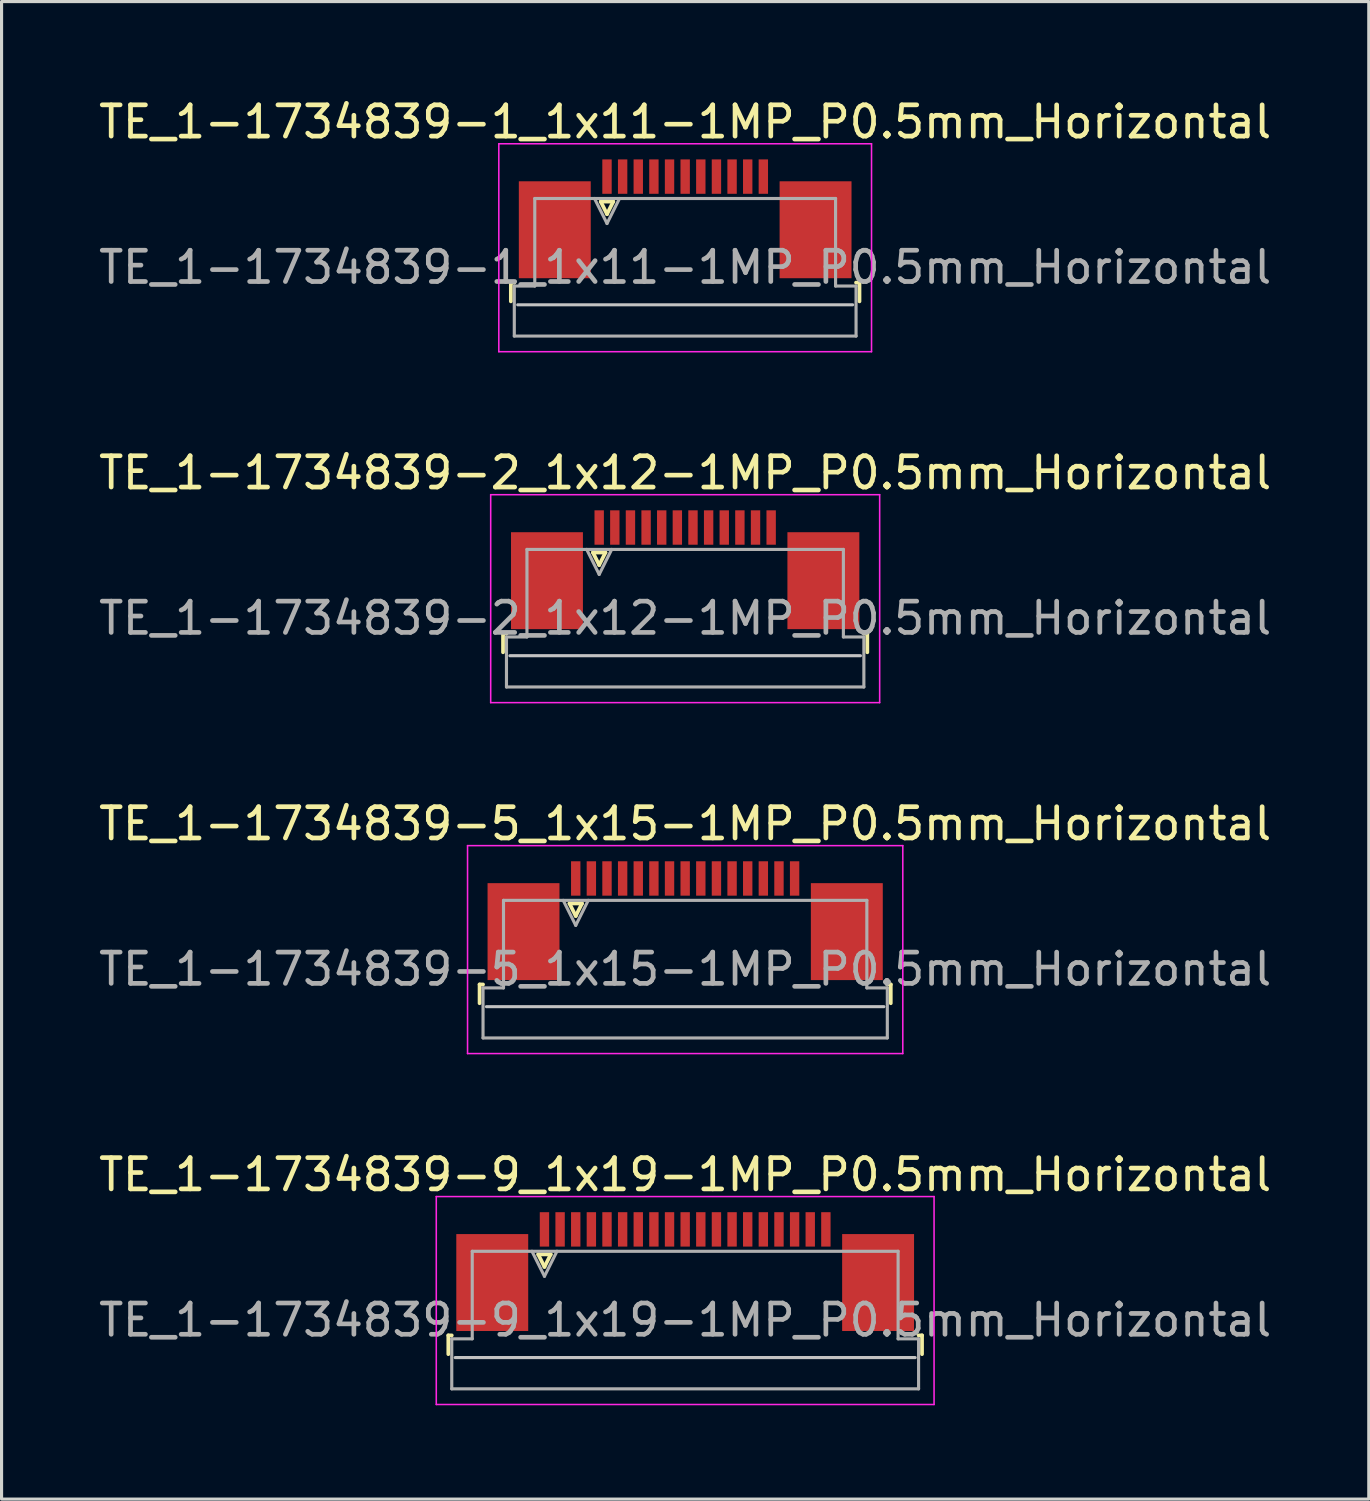
<source format=kicad_pcb>
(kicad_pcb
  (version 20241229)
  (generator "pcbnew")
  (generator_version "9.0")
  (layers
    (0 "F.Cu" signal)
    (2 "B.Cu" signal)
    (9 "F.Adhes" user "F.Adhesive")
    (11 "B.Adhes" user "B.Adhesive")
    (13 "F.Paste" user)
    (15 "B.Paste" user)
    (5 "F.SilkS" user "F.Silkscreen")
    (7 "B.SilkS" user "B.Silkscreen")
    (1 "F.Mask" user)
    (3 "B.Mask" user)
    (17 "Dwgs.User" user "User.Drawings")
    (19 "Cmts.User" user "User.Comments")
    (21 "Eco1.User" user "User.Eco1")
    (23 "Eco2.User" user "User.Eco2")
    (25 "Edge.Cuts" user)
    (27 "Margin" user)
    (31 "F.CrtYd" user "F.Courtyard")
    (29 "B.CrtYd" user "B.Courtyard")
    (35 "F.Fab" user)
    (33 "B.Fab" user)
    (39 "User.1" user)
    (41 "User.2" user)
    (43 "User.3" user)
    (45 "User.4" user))
  (footprint "TE_1-1734839-1_1x11-1MP_P0.5mm_Horizontal"
    (layer "F.Cu")
    (at 18.863 3.948)
    (property "Reference" "TE_1-1734839-1_1x11-1MP_P0.5mm_Horizontal" (at 0 -3.1 0) (layer "F.SilkS") (effects (font (size 1 1) (thickness 0.15))))
    (attr smd)
    (fp_line (start -5.575 2.04) (end -5.575 2.64) (stroke (width 0.12) (type solid)) (layer "F.SilkS"))
    (fp_line (start -5.465 2.04) (end -5.575 2.04) (stroke (width 0.12) (type solid)) (layer "F.SilkS"))
    (fp_line (start -2.7 -0.55) (end -2.5 -0.15) (stroke (width 0.12) (type solid)) (layer "F.SilkS"))
    (fp_line (start -2.5 -0.15) (end -2.3 -0.55) (stroke (width 0.12) (type solid)) (layer "F.SilkS"))
    (fp_line (start -2.3 -0.55) (end -2.7 -0.55) (stroke (width 0.12) (type solid)) (layer "F.SilkS"))
    (fp_line (start 5.465 2.04) (end 5.575 2.04) (stroke (width 0.12) (type solid)) (layer "F.SilkS"))
    (fp_line (start 5.575 2.04) (end 5.575 2.64) (stroke (width 0.12) (type solid)) (layer "F.SilkS"))
    (fp_line (start 5.355 2.75) (end -5.355 2.75) (stroke (width 0.1) (type solid)) (layer "Dwgs.User"))
    (fp_line (start -5.96 -2.4) (end -5.96 4.25) (stroke (width 0.05) (type solid)) (layer "F.CrtYd"))
    (fp_line (start -5.96 4.25) (end 5.96 4.25) (stroke (width 0.05) (type solid)) (layer "F.CrtYd"))
    (fp_line (start 5.96 -2.4) (end -5.96 -2.4) (stroke (width 0.05) (type solid)) (layer "F.CrtYd"))
    (fp_line (start 5.96 4.25) (end 5.96 -2.4) (stroke (width 0.05) (type solid)) (layer "F.CrtYd"))
    (fp_line (start -5.465 2.15) (end -4.81 2.15) (stroke (width 0.1) (type solid)) (layer "F.Fab"))
    (fp_line (start -5.465 3.75) (end -5.465 2.15) (stroke (width 0.1) (type solid)) (layer "F.Fab"))
    (fp_line (start -4.81 -0.65) (end 4.81 -0.65) (stroke (width 0.1) (type solid)) (layer "F.Fab"))
    (fp_line (start -4.81 2.15) (end -4.81 -0.65) (stroke (width 0.1) (type solid)) (layer "F.Fab"))
    (fp_line (start -2.9 -0.65) (end -2.5 0.15) (stroke (width 0.1) (type solid)) (layer "F.Fab"))
    (fp_line (start -2.5 0.15) (end -2.1 -0.65) (stroke (width 0.1) (type solid)) (layer "F.Fab"))
    (fp_line (start 4.81 -0.65) (end 4.81 2.15) (stroke (width 0.1) (type solid)) (layer "F.Fab"))
    (fp_line (start 4.81 2.15) (end 5.465 2.15) (stroke (width 0.1) (type solid)) (layer "F.Fab"))
    (fp_line (start 5.465 2.15) (end 5.465 3.75) (stroke (width 0.1) (type solid)) (layer "F.Fab"))
    (fp_line (start 5.465 3.75) (end -5.465 3.75) (stroke (width 0.1) (type solid)) (layer "F.Fab"))
    (fp_text user "${REFERENCE}" (at 0 1.55 0) (layer "F.Fab") (effects (font (size 1 1) (thickness 0.15))))
    (pad "1" smd rect (at -2.5 -1.35) (size 0.3 1.1) (layers "F.Cu" "F.Mask" "F.Paste"))
    (pad "2" smd rect (at -2 -1.35) (size 0.3 1.1) (layers "F.Cu" "F.Mask" "F.Paste"))
    (pad "3" smd rect (at -1.5 -1.35) (size 0.3 1.1) (layers "F.Cu" "F.Mask" "F.Paste"))
    (pad "4" smd rect (at -1 -1.35) (size 0.3 1.1) (layers "F.Cu" "F.Mask" "F.Paste"))
    (pad "5" smd rect (at -0.5 -1.35) (size 0.3 1.1) (layers "F.Cu" "F.Mask" "F.Paste"))
    (pad "6" smd rect (at 0 -1.35) (size 0.3 1.1) (layers "F.Cu" "F.Mask" "F.Paste"))
    (pad "7" smd rect (at 0.5 -1.35) (size 0.3 1.1) (layers "F.Cu" "F.Mask" "F.Paste"))
    (pad "8" smd rect (at 1 -1.35) (size 0.3 1.1) (layers "F.Cu" "F.Mask" "F.Paste"))
    (pad "9" smd rect (at 1.5 -1.35) (size 0.3 1.1) (layers "F.Cu" "F.Mask" "F.Paste"))
    (pad "10" smd rect (at 2 -1.35) (size 0.3 1.1) (layers "F.Cu" "F.Mask" "F.Paste"))
    (pad "11" smd rect (at 2.5 -1.35) (size 0.3 1.1) (layers "F.Cu" "F.Mask" "F.Paste"))
    (pad "MP" smd rect (at -4.17 0.35) (size 2.3 3.1) (layers "F.Cu" "F.Mask" "F.Paste"))
    (pad "MP" smd rect (at 4.17 0.35) (size 2.3 3.1) (layers "F.Cu" "F.Mask" "F.Paste")))
  (footprint "TE_1-1734839-9_1x19-1MP_P0.5mm_Horizontal"
    (layer "F.Cu")
    (at 18.863 37.618)
    (property "Reference" "TE_1-1734839-9_1x19-1MP_P0.5mm_Horizontal" (at 0 -3.1 0) (layer "F.SilkS") (effects (font (size 1 1) (thickness 0.15))))
    (attr smd)
    (fp_line (start -7.575 2.04) (end -7.575 2.64) (stroke (width 0.12) (type solid)) (layer "F.SilkS"))
    (fp_line (start -7.465 2.04) (end -7.575 2.04) (stroke (width 0.12) (type solid)) (layer "F.SilkS"))
    (fp_line (start -4.7 -0.55) (end -4.5 -0.15) (stroke (width 0.12) (type solid)) (layer "F.SilkS"))
    (fp_line (start -4.5 -0.15) (end -4.3 -0.55) (stroke (width 0.12) (type solid)) (layer "F.SilkS"))
    (fp_line (start -4.3 -0.55) (end -4.7 -0.55) (stroke (width 0.12) (type solid)) (layer "F.SilkS"))
    (fp_line (start 7.465 2.04) (end 7.575 2.04) (stroke (width 0.12) (type solid)) (layer "F.SilkS"))
    (fp_line (start 7.575 2.04) (end 7.575 2.64) (stroke (width 0.12) (type solid)) (layer "F.SilkS"))
    (fp_line (start 7.355 2.75) (end -7.355 2.75) (stroke (width 0.1) (type solid)) (layer "Dwgs.User"))
    (fp_line (start -7.96 -2.4) (end -7.96 4.25) (stroke (width 0.05) (type solid)) (layer "F.CrtYd"))
    (fp_line (start -7.96 4.25) (end 7.96 4.25) (stroke (width 0.05) (type solid)) (layer "F.CrtYd"))
    (fp_line (start 7.96 -2.4) (end -7.96 -2.4) (stroke (width 0.05) (type solid)) (layer "F.CrtYd"))
    (fp_line (start 7.96 4.25) (end 7.96 -2.4) (stroke (width 0.05) (type solid)) (layer "F.CrtYd"))
    (fp_line (start -7.465 2.15) (end -6.81 2.15) (stroke (width 0.1) (type solid)) (layer "F.Fab"))
    (fp_line (start -7.465 3.75) (end -7.465 2.15) (stroke (width 0.1) (type solid)) (layer "F.Fab"))
    (fp_line (start -6.81 -0.65) (end 6.81 -0.65) (stroke (width 0.1) (type solid)) (layer "F.Fab"))
    (fp_line (start -6.81 2.15) (end -6.81 -0.65) (stroke (width 0.1) (type solid)) (layer "F.Fab"))
    (fp_line (start -4.9 -0.65) (end -4.5 0.15) (stroke (width 0.1) (type solid)) (layer "F.Fab"))
    (fp_line (start -4.5 0.15) (end -4.1 -0.65) (stroke (width 0.1) (type solid)) (layer "F.Fab"))
    (fp_line (start 6.81 -0.65) (end 6.81 2.15) (stroke (width 0.1) (type solid)) (layer "F.Fab"))
    (fp_line (start 6.81 2.15) (end 7.465 2.15) (stroke (width 0.1) (type solid)) (layer "F.Fab"))
    (fp_line (start 7.465 2.15) (end 7.465 3.75) (stroke (width 0.1) (type solid)) (layer "F.Fab"))
    (fp_line (start 7.465 3.75) (end -7.465 3.75) (stroke (width 0.1) (type solid)) (layer "F.Fab"))
    (fp_text user "${REFERENCE}" (at 0 1.55 0) (layer "F.Fab") (effects (font (size 1 1) (thickness 0.15))))
    (pad "1" smd rect (at -4.5 -1.35) (size 0.3 1.1) (layers "F.Cu" "F.Mask" "F.Paste"))
    (pad "2" smd rect (at -4 -1.35) (size 0.3 1.1) (layers "F.Cu" "F.Mask" "F.Paste"))
    (pad "3" smd rect (at -3.5 -1.35) (size 0.3 1.1) (layers "F.Cu" "F.Mask" "F.Paste"))
    (pad "4" smd rect (at -3 -1.35) (size 0.3 1.1) (layers "F.Cu" "F.Mask" "F.Paste"))
    (pad "5" smd rect (at -2.5 -1.35) (size 0.3 1.1) (layers "F.Cu" "F.Mask" "F.Paste"))
    (pad "6" smd rect (at -2 -1.35) (size 0.3 1.1) (layers "F.Cu" "F.Mask" "F.Paste"))
    (pad "7" smd rect (at -1.5 -1.35) (size 0.3 1.1) (layers "F.Cu" "F.Mask" "F.Paste"))
    (pad "8" smd rect (at -1 -1.35) (size 0.3 1.1) (layers "F.Cu" "F.Mask" "F.Paste"))
    (pad "9" smd rect (at -0.5 -1.35) (size 0.3 1.1) (layers "F.Cu" "F.Mask" "F.Paste"))
    (pad "10" smd rect (at 0 -1.35) (size 0.3 1.1) (layers "F.Cu" "F.Mask" "F.Paste"))
    (pad "11" smd rect (at 0.5 -1.35) (size 0.3 1.1) (layers "F.Cu" "F.Mask" "F.Paste"))
    (pad "12" smd rect (at 1 -1.35) (size 0.3 1.1) (layers "F.Cu" "F.Mask" "F.Paste"))
    (pad "13" smd rect (at 1.5 -1.35) (size 0.3 1.1) (layers "F.Cu" "F.Mask" "F.Paste"))
    (pad "14" smd rect (at 2 -1.35) (size 0.3 1.1) (layers "F.Cu" "F.Mask" "F.Paste"))
    (pad "15" smd rect (at 2.5 -1.35) (size 0.3 1.1) (layers "F.Cu" "F.Mask" "F.Paste"))
    (pad "16" smd rect (at 3 -1.35) (size 0.3 1.1) (layers "F.Cu" "F.Mask" "F.Paste"))
    (pad "17" smd rect (at 3.5 -1.35) (size 0.3 1.1) (layers "F.Cu" "F.Mask" "F.Paste"))
    (pad "18" smd rect (at 4 -1.35) (size 0.3 1.1) (layers "F.Cu" "F.Mask" "F.Paste"))
    (pad "19" smd rect (at 4.5 -1.35) (size 0.3 1.1) (layers "F.Cu" "F.Mask" "F.Paste"))
    (pad "MP" smd rect (at -6.17 0.35) (size 2.3 3.1) (layers "F.Cu" "F.Mask" "F.Paste"))
    (pad "MP" smd rect (at 6.17 0.35) (size 2.3 3.1) (layers "F.Cu" "F.Mask" "F.Paste")))
  (footprint "TE_1-1734839-2_1x12-1MP_P0.5mm_Horizontal"
    (layer "F.Cu")
    (at 18.863 15.171)
    (property "Reference" "TE_1-1734839-2_1x12-1MP_P0.5mm_Horizontal" (at 0 -3.1 0) (layer "F.SilkS") (effects (font (size 1 1) (thickness 0.15))))
    (attr smd)
    (fp_line (start -5.825 2.04) (end -5.825 2.64) (stroke (width 0.12) (type solid)) (layer "F.SilkS"))
    (fp_line (start -5.715 2.04) (end -5.825 2.04) (stroke (width 0.12) (type solid)) (layer "F.SilkS"))
    (fp_line (start -2.95 -0.55) (end -2.75 -0.15) (stroke (width 0.12) (type solid)) (layer "F.SilkS"))
    (fp_line (start -2.75 -0.15) (end -2.55 -0.55) (stroke (width 0.12) (type solid)) (layer "F.SilkS"))
    (fp_line (start -2.55 -0.55) (end -2.95 -0.55) (stroke (width 0.12) (type solid)) (layer "F.SilkS"))
    (fp_line (start 5.715 2.04) (end 5.825 2.04) (stroke (width 0.12) (type solid)) (layer "F.SilkS"))
    (fp_line (start 5.825 2.04) (end 5.825 2.64) (stroke (width 0.12) (type solid)) (layer "F.SilkS"))
    (fp_line (start 5.605 2.75) (end -5.605 2.75) (stroke (width 0.1) (type solid)) (layer "Dwgs.User"))
    (fp_line (start -6.22 -2.4) (end -6.22 4.25) (stroke (width 0.05) (type solid)) (layer "F.CrtYd"))
    (fp_line (start -6.22 4.25) (end 6.22 4.25) (stroke (width 0.05) (type solid)) (layer "F.CrtYd"))
    (fp_line (start 6.22 -2.4) (end -6.22 -2.4) (stroke (width 0.05) (type solid)) (layer "F.CrtYd"))
    (fp_line (start 6.22 4.25) (end 6.22 -2.4) (stroke (width 0.05) (type solid)) (layer "F.CrtYd"))
    (fp_line (start -5.715 2.15) (end -5.06 2.15) (stroke (width 0.1) (type solid)) (layer "F.Fab"))
    (fp_line (start -5.715 3.75) (end -5.715 2.15) (stroke (width 0.1) (type solid)) (layer "F.Fab"))
    (fp_line (start -5.06 -0.65) (end 5.06 -0.65) (stroke (width 0.1) (type solid)) (layer "F.Fab"))
    (fp_line (start -5.06 2.15) (end -5.06 -0.65) (stroke (width 0.1) (type solid)) (layer "F.Fab"))
    (fp_line (start -3.15 -0.65) (end -2.75 0.15) (stroke (width 0.1) (type solid)) (layer "F.Fab"))
    (fp_line (start -2.75 0.15) (end -2.35 -0.65) (stroke (width 0.1) (type solid)) (layer "F.Fab"))
    (fp_line (start 5.06 -0.65) (end 5.06 2.15) (stroke (width 0.1) (type solid)) (layer "F.Fab"))
    (fp_line (start 5.06 2.15) (end 5.715 2.15) (stroke (width 0.1) (type solid)) (layer "F.Fab"))
    (fp_line (start 5.715 2.15) (end 5.715 3.75) (stroke (width 0.1) (type solid)) (layer "F.Fab"))
    (fp_line (start 5.715 3.75) (end -5.715 3.75) (stroke (width 0.1) (type solid)) (layer "F.Fab"))
    (fp_text user "${REFERENCE}" (at 0 1.55 0) (layer "F.Fab") (effects (font (size 1 1) (thickness 0.15))))
    (pad "1" smd rect (at -2.75 -1.35) (size 0.3 1.1) (layers "F.Cu" "F.Mask" "F.Paste"))
    (pad "2" smd rect (at -2.25 -1.35) (size 0.3 1.1) (layers "F.Cu" "F.Mask" "F.Paste"))
    (pad "3" smd rect (at -1.75 -1.35) (size 0.3 1.1) (layers "F.Cu" "F.Mask" "F.Paste"))
    (pad "4" smd rect (at -1.25 -1.35) (size 0.3 1.1) (layers "F.Cu" "F.Mask" "F.Paste"))
    (pad "5" smd rect (at -0.75 -1.35) (size 0.3 1.1) (layers "F.Cu" "F.Mask" "F.Paste"))
    (pad "6" smd rect (at -0.25 -1.35) (size 0.3 1.1) (layers "F.Cu" "F.Mask" "F.Paste"))
    (pad "7" smd rect (at 0.25 -1.35) (size 0.3 1.1) (layers "F.Cu" "F.Mask" "F.Paste"))
    (pad "8" smd rect (at 0.75 -1.35) (size 0.3 1.1) (layers "F.Cu" "F.Mask" "F.Paste"))
    (pad "9" smd rect (at 1.25 -1.35) (size 0.3 1.1) (layers "F.Cu" "F.Mask" "F.Paste"))
    (pad "10" smd rect (at 1.75 -1.35) (size 0.3 1.1) (layers "F.Cu" "F.Mask" "F.Paste"))
    (pad "11" smd rect (at 2.25 -1.35) (size 0.3 1.1) (layers "F.Cu" "F.Mask" "F.Paste"))
    (pad "12" smd rect (at 2.75 -1.35) (size 0.3 1.1) (layers "F.Cu" "F.Mask" "F.Paste"))
    (pad "MP" smd rect (at -4.42 0.35) (size 2.3 3.1) (layers "F.Cu" "F.Mask" "F.Paste"))
    (pad "MP" smd rect (at 4.42 0.35) (size 2.3 3.1) (layers "F.Cu" "F.Mask" "F.Paste")))
  (footprint "TE_1-1734839-5_1x15-1MP_P0.5mm_Horizontal"
    (layer "F.Cu")
    (at 18.863 26.395)
    (property "Reference" "TE_1-1734839-5_1x15-1MP_P0.5mm_Horizontal" (at 0 -3.1 0) (layer "F.SilkS") (effects (font (size 1 1) (thickness 0.15))))
    (attr smd)
    (fp_line (start -6.575 2.04) (end -6.575 2.64) (stroke (width 0.12) (type solid)) (layer "F.SilkS"))
    (fp_line (start -6.465 2.04) (end -6.575 2.04) (stroke (width 0.12) (type solid)) (layer "F.SilkS"))
    (fp_line (start -3.7 -0.55) (end -3.5 -0.15) (stroke (width 0.12) (type solid)) (layer "F.SilkS"))
    (fp_line (start -3.5 -0.15) (end -3.3 -0.55) (stroke (width 0.12) (type solid)) (layer "F.SilkS"))
    (fp_line (start -3.3 -0.55) (end -3.7 -0.55) (stroke (width 0.12) (type solid)) (layer "F.SilkS"))
    (fp_line (start 6.465 2.04) (end 6.575 2.04) (stroke (width 0.12) (type solid)) (layer "F.SilkS"))
    (fp_line (start 6.575 2.04) (end 6.575 2.64) (stroke (width 0.12) (type solid)) (layer "F.SilkS"))
    (fp_line (start 6.355 2.75) (end -6.355 2.75) (stroke (width 0.1) (type solid)) (layer "Dwgs.User"))
    (fp_line (start -6.96 -2.4) (end -6.96 4.25) (stroke (width 0.05) (type solid)) (layer "F.CrtYd"))
    (fp_line (start -6.96 4.25) (end 6.96 4.25) (stroke (width 0.05) (type solid)) (layer "F.CrtYd"))
    (fp_line (start 6.96 -2.4) (end -6.96 -2.4) (stroke (width 0.05) (type solid)) (layer "F.CrtYd"))
    (fp_line (start 6.96 4.25) (end 6.96 -2.4) (stroke (width 0.05) (type solid)) (layer "F.CrtYd"))
    (fp_line (start -6.465 2.15) (end -5.81 2.15) (stroke (width 0.1) (type solid)) (layer "F.Fab"))
    (fp_line (start -6.465 3.75) (end -6.465 2.15) (stroke (width 0.1) (type solid)) (layer "F.Fab"))
    (fp_line (start -5.81 -0.65) (end 5.81 -0.65) (stroke (width 0.1) (type solid)) (layer "F.Fab"))
    (fp_line (start -5.81 2.15) (end -5.81 -0.65) (stroke (width 0.1) (type solid)) (layer "F.Fab"))
    (fp_line (start -3.9 -0.65) (end -3.5 0.15) (stroke (width 0.1) (type solid)) (layer "F.Fab"))
    (fp_line (start -3.5 0.15) (end -3.1 -0.65) (stroke (width 0.1) (type solid)) (layer "F.Fab"))
    (fp_line (start 5.81 -0.65) (end 5.81 2.15) (stroke (width 0.1) (type solid)) (layer "F.Fab"))
    (fp_line (start 5.81 2.15) (end 6.465 2.15) (stroke (width 0.1) (type solid)) (layer "F.Fab"))
    (fp_line (start 6.465 2.15) (end 6.465 3.75) (stroke (width 0.1) (type solid)) (layer "F.Fab"))
    (fp_line (start 6.465 3.75) (end -6.465 3.75) (stroke (width 0.1) (type solid)) (layer "F.Fab"))
    (fp_text user "${REFERENCE}" (at 0 1.55 0) (layer "F.Fab") (effects (font (size 1 1) (thickness 0.15))))
    (pad "1" smd rect (at -3.5 -1.35) (size 0.3 1.1) (layers "F.Cu" "F.Mask" "F.Paste"))
    (pad "2" smd rect (at -3 -1.35) (size 0.3 1.1) (layers "F.Cu" "F.Mask" "F.Paste"))
    (pad "3" smd rect (at -2.5 -1.35) (size 0.3 1.1) (layers "F.Cu" "F.Mask" "F.Paste"))
    (pad "4" smd rect (at -2 -1.35) (size 0.3 1.1) (layers "F.Cu" "F.Mask" "F.Paste"))
    (pad "5" smd rect (at -1.5 -1.35) (size 0.3 1.1) (layers "F.Cu" "F.Mask" "F.Paste"))
    (pad "6" smd rect (at -1 -1.35) (size 0.3 1.1) (layers "F.Cu" "F.Mask" "F.Paste"))
    (pad "7" smd rect (at -0.5 -1.35) (size 0.3 1.1) (layers "F.Cu" "F.Mask" "F.Paste"))
    (pad "8" smd rect (at 0 -1.35) (size 0.3 1.1) (layers "F.Cu" "F.Mask" "F.Paste"))
    (pad "9" smd rect (at 0.5 -1.35) (size 0.3 1.1) (layers "F.Cu" "F.Mask" "F.Paste"))
    (pad "10" smd rect (at 1 -1.35) (size 0.3 1.1) (layers "F.Cu" "F.Mask" "F.Paste"))
    (pad "11" smd rect (at 1.5 -1.35) (size 0.3 1.1) (layers "F.Cu" "F.Mask" "F.Paste"))
    (pad "12" smd rect (at 2 -1.35) (size 0.3 1.1) (layers "F.Cu" "F.Mask" "F.Paste"))
    (pad "13" smd rect (at 2.5 -1.35) (size 0.3 1.1) (layers "F.Cu" "F.Mask" "F.Paste"))
    (pad "14" smd rect (at 3 -1.35) (size 0.3 1.1) (layers "F.Cu" "F.Mask" "F.Paste"))
    (pad "15" smd rect (at 3.5 -1.35) (size 0.3 1.1) (layers "F.Cu" "F.Mask" "F.Paste"))
    (pad "MP" smd rect (at -5.17 0.35) (size 2.3 3.1) (layers "F.Cu" "F.Mask" "F.Paste"))
    (pad "MP" smd rect (at 5.17 0.35) (size 2.3 3.1) (layers "F.Cu" "F.Mask" "F.Paste")))
  (gr_rect
    (start -3 -3)
    (end 40.726 44.893)
    (stroke (width 0.1) (type default))
    (fill no)
    (layer "Edge.Cuts")))
</source>
